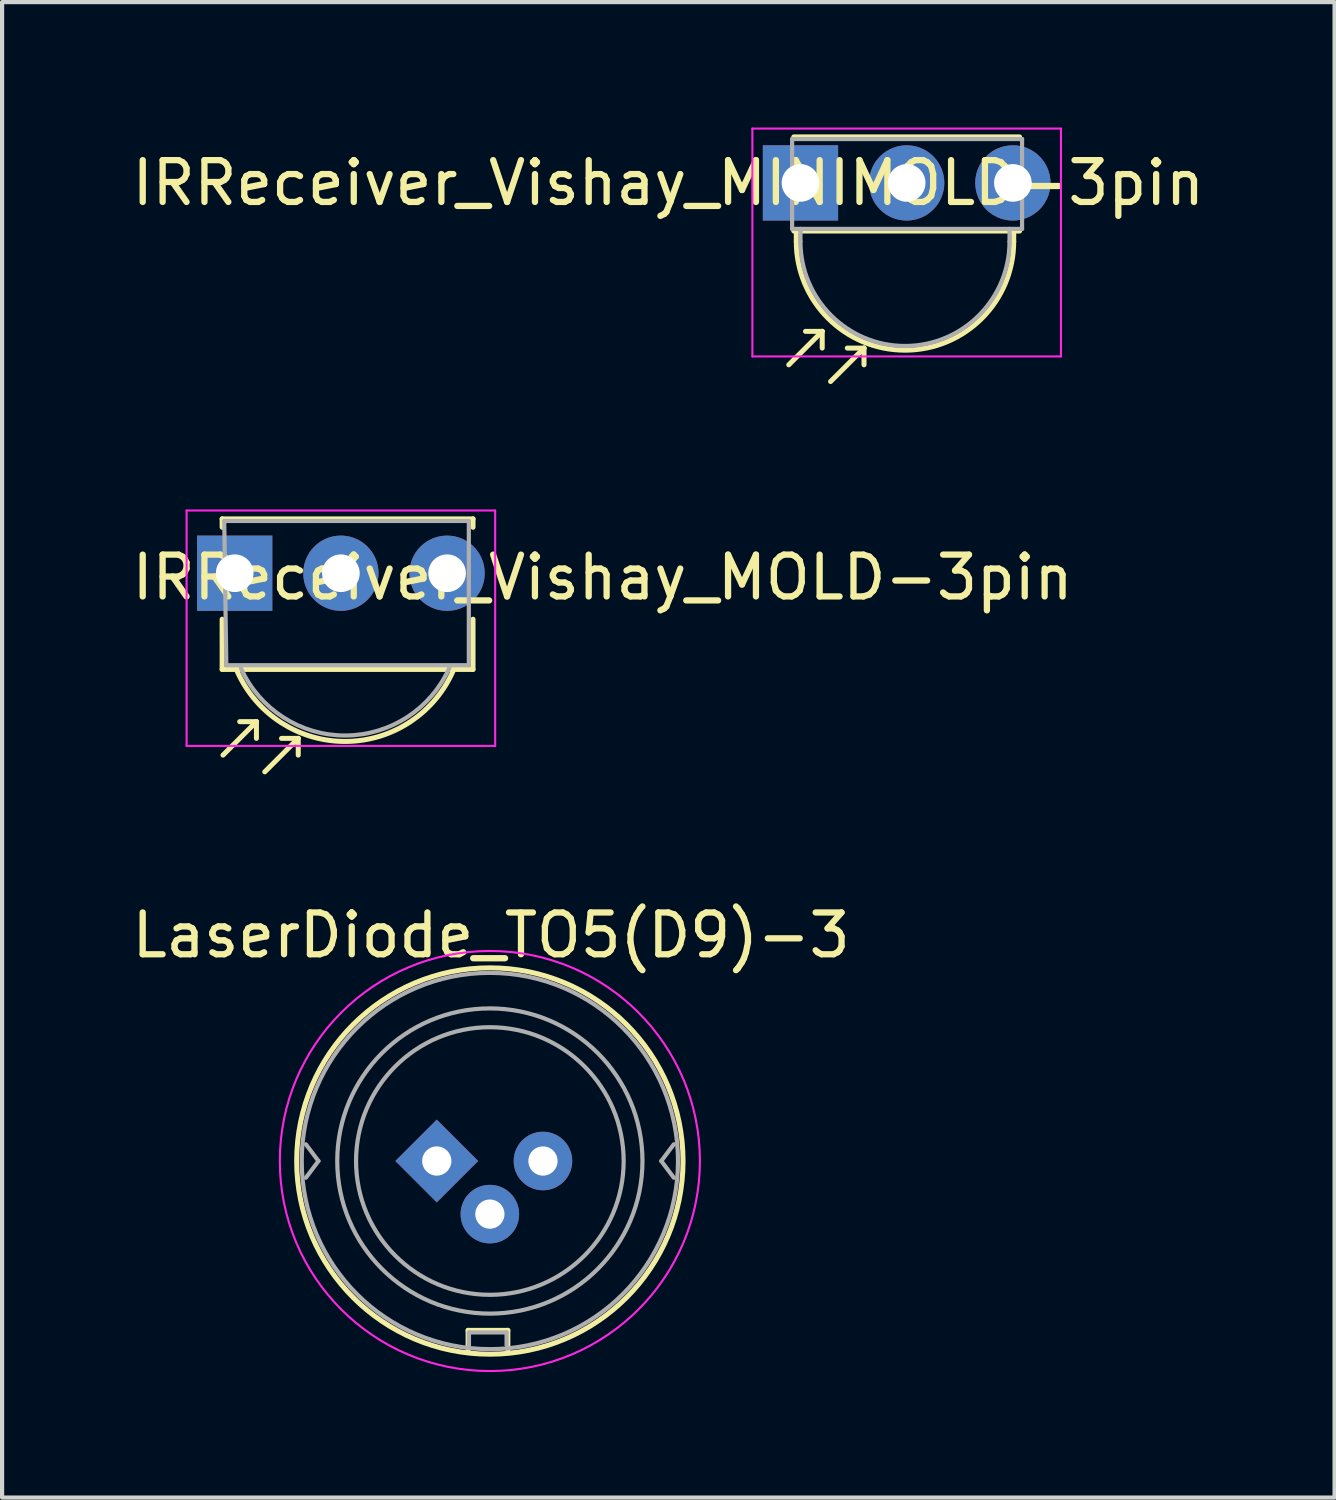
<source format=kicad_pcb>
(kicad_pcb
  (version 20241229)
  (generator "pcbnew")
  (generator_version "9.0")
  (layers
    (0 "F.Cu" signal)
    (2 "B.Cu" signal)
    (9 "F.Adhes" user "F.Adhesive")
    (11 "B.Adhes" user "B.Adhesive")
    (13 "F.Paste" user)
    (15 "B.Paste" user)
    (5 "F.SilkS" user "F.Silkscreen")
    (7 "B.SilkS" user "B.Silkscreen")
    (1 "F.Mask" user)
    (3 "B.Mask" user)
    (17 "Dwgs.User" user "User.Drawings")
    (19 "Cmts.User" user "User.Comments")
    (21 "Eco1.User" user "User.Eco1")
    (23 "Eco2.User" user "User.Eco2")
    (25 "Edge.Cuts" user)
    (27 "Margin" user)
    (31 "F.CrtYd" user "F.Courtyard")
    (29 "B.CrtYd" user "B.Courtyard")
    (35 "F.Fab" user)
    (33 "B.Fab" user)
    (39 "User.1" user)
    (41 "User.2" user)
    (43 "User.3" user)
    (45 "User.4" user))
  (footprint "IRReceiver_Vishay_MINIMOLD-3pin"
    (layer "F.Cu")
    (at 16.095 1.325)
    (property "Reference" "IRReceiver_Vishay_MINIMOLD-3pin" (at -3.16 0 180) (layer "F.SilkS") (effects (font (size 1 1) (thickness 0.15))))
    (attr through_hole)
    (fp_line (start -0.1 1.4) (end -0.1 1.2) (stroke (width 0.12) (type solid)) (layer "F.SilkS"))
    (fp_line (start 0.52 3.55) (end -0.28 4.35) (stroke (width 0.12) (type solid)) (layer "F.SilkS"))
    (fp_line (start 0.52 3.55) (end 0.12 3.55) (stroke (width 0.12) (type solid)) (layer "F.SilkS"))
    (fp_line (start 0.52 3.55) (end 0.52 3.95) (stroke (width 0.12) (type solid)) (layer "F.SilkS"))
    (fp_line (start 1.52 3.95) (end 0.72 4.75) (stroke (width 0.12) (type solid)) (layer "F.SilkS"))
    (fp_line (start 1.52 3.95) (end 1.12 3.95) (stroke (width 0.12) (type solid)) (layer "F.SilkS"))
    (fp_line (start 1.52 3.95) (end 1.52 4.35) (stroke (width 0.12) (type solid)) (layer "F.SilkS"))
    (fp_line (start 5.1 1.4) (end 5.1 1.2) (stroke (width 0.12) (type solid)) (layer "F.SilkS"))
    (fp_line (start 5.24 -1.1) (end -0.16 -1.1) (stroke (width 0.12) (type solid)) (layer "F.SilkS"))
    (fp_line (start 5.24 1.15) (end -0.16 1.15) (stroke (width 0.12) (type solid)) (layer "F.SilkS"))
    (fp_arc (start 5.1 1.4) (mid 2.5 4) (end -0.1 1.4) (stroke (width 0.12) (type solid)) (layer "F.SilkS"))
    (fp_line (start -1.15 -1.3) (end -1.15 4.15) (stroke (width 0.05) (type solid)) (layer "F.CrtYd"))
    (fp_line (start -1.15 -1.3) (end 6.23 -1.3) (stroke (width 0.05) (type solid)) (layer "F.CrtYd"))
    (fp_line (start 6.23 4.15) (end -1.15 4.15) (stroke (width 0.05) (type solid)) (layer "F.CrtYd"))
    (fp_line (start 6.23 4.15) (end 6.23 -1.3) (stroke (width 0.05) (type solid)) (layer "F.CrtYd"))
    (fp_line (start -0.2 -1.05) (end 5.25 -1.05) (stroke (width 0.1) (type solid)) (layer "F.Fab"))
    (fp_line (start -0.2 1.1) (end -0.2 -1.05) (stroke (width 0.1) (type solid)) (layer "F.Fab"))
    (fp_line (start 0 1.1) (end -0.2 1.1) (stroke (width 0.1) (type solid)) (layer "F.Fab"))
    (fp_line (start 0 1.15) (end 0 1.1) (stroke (width 0.1) (type solid)) (layer "F.Fab"))
    (fp_line (start 0 1.4) (end 0 1.15) (stroke (width 0.1) (type solid)) (layer "F.Fab"))
    (fp_line (start 5 1.1) (end 0 1.1) (stroke (width 0.1) (type solid)) (layer "F.Fab"))
    (fp_line (start 5 1.1) (end 5 1.4) (stroke (width 0.1) (type solid)) (layer "F.Fab"))
    (fp_line (start 5.25 -1.05) (end 5.3 -1.05) (stroke (width 0.1) (type solid)) (layer "F.Fab"))
    (fp_line (start 5.3 -1.05) (end 5.3 1.1) (stroke (width 0.1) (type solid)) (layer "F.Fab"))
    (fp_line (start 5.3 1.1) (end 5 1.1) (stroke (width 0.1) (type solid)) (layer "F.Fab"))
    (fp_arc (start 5 1.4) (mid 2.5 3.9) (end 0 1.4) (stroke (width 0.1) (type solid)) (layer "F.Fab"))
    (pad "1" thru_hole rect (at 0 0) (size 1.8 1.8) (drill 0.9) (layers "*.Cu" "*.Mask"))
    (pad "2" thru_hole circle (at 2.54 0) (size 1.8 1.8) (drill 0.9) (layers "*.Cu" "*.Mask"))
    (pad "3" thru_hole circle (at 5.08 0) (size 1.8 1.8) (drill 0.9) (layers "*.Cu" "*.Mask")))
  (footprint "LaserDiode_TO5(D9)-3"
    (layer "F.Cu")
    (at 7.396 24.718)
    (property "Reference" "LaserDiode_TO5(D9)-3" (at 1.3 -5.4 0) (layer "F.SilkS") (effects (font (size 1 1) (thickness 0.15))))
    (attr through_hole)
    (fp_line (start 0.75 4.05) (end 1.7 4.05) (stroke (width 0.12) (type solid)) (layer "F.SilkS"))
    (fp_line (start 0.75 4.55) (end 0.75 4.05) (stroke (width 0.12) (type solid)) (layer "F.SilkS"))
    (fp_line (start 1.7 4.05) (end 1.7 4.55) (stroke (width 0.12) (type solid)) (layer "F.SilkS"))
    (fp_circle (center 1.27 0) (end -3.35 0) (stroke (width 0.12) (type solid)) (fill no) (layer "F.SilkS"))
    (fp_circle (center 1.27 0) (end 5.4 2.86) (stroke (width 0.05) (type solid)) (fill no) (layer "F.CrtYd"))
    (fp_line (start -2.83 0) (end -3.13 -0.4) (stroke (width 0.1) (type solid)) (layer "F.Fab"))
    (fp_line (start -2.83 0) (end -3.13 0.4) (stroke (width 0.1) (type solid)) (layer "F.Fab"))
    (fp_line (start 0.77 4.1) (end 1.67 4.1) (stroke (width 0.1) (type solid)) (layer "F.Fab"))
    (fp_line (start 0.77 4.4) (end 0.77 4.1) (stroke (width 0.1) (type solid)) (layer "F.Fab"))
    (fp_line (start 1.67 4.1) (end 1.67 4.4) (stroke (width 0.1) (type solid)) (layer "F.Fab"))
    (fp_line (start 5.37 0) (end 5.67 0.4) (stroke (width 0.1) (type solid)) (layer "F.Fab"))
    (fp_line (start 5.67 -0.4) (end 5.37 0) (stroke (width 0.1) (type solid)) (layer "F.Fab"))
    (fp_circle (center 1.27 0) (end -3.23 0) (stroke (width 0.1) (type solid)) (fill no) (layer "F.Fab"))
    (fp_circle (center 1.27 0) (end 4.47 0) (stroke (width 0.1) (type solid)) (fill no) (layer "F.Fab"))
    (fp_circle (center 1.27 0) (end 4.92 0) (stroke (width 0.1) (type solid)) (fill no) (layer "F.Fab"))
    (pad "1" thru_hole rect (at 0 0 45) (size 1.4 1.4) (drill 0.7) (layers "*.Cu" "*.Mask"))
    (pad "2" thru_hole circle (at 1.27 1.27) (size 1.4 1.4) (drill 0.7) (layers "*.Cu" "*.Mask"))
    (pad "3" thru_hole circle (at 2.54 0) (size 1.4 1.4) (drill 0.7) (layers "*.Cu" "*.Mask")))
  (footprint "IRReceiver_Vishay_MOLD-3pin"
    (layer "F.Cu")
    (at 2.563 10.66)
    (property "Reference" "IRReceiver_Vishay_MOLD-3pin" (at 8.8 0.1 180) (layer "F.SilkS") (effects (font (size 1 1) (thickness 0.15))))
    (attr through_hole)
    (fp_line (start -0.3 -1.3) (end -0.3 -1.1) (stroke (width 0.12) (type solid)) (layer "F.SilkS"))
    (fp_line (start -0.3 2.3) (end -0.3 1.1) (stroke (width 0.12) (type solid)) (layer "F.SilkS"))
    (fp_line (start 0.52 3.55) (end -0.28 4.35) (stroke (width 0.12) (type solid)) (layer "F.SilkS"))
    (fp_line (start 0.52 3.55) (end 0.12 3.55) (stroke (width 0.12) (type solid)) (layer "F.SilkS"))
    (fp_line (start 0.52 3.55) (end 0.52 3.95) (stroke (width 0.12) (type solid)) (layer "F.SilkS"))
    (fp_line (start 1.52 3.95) (end 0.72 4.75) (stroke (width 0.12) (type solid)) (layer "F.SilkS"))
    (fp_line (start 1.52 3.95) (end 1.12 3.95) (stroke (width 0.12) (type solid)) (layer "F.SilkS"))
    (fp_line (start 1.52 3.95) (end 1.52 4.35) (stroke (width 0.12) (type solid)) (layer "F.SilkS"))
    (fp_line (start 5.7 -1.3) (end -0.3 -1.3) (stroke (width 0.12) (type solid)) (layer "F.SilkS"))
    (fp_line (start 5.7 -1.3) (end 5.7 -1.1) (stroke (width 0.12) (type solid)) (layer "F.SilkS"))
    (fp_line (start 5.7 2.3) (end -0.3 2.3) (stroke (width 0.12) (type solid)) (layer "F.SilkS"))
    (fp_line (start 5.7 2.3) (end 5.7 1.1) (stroke (width 0.12) (type solid)) (layer "F.SilkS"))
    (fp_arc (start 5.24 2.3) (mid 2.667981 4.02298) (end 0.062315 2.351321) (stroke (width 0.12) (type solid)) (layer "F.SilkS"))
    (fp_line (start -1.15 -1.5) (end -1.15 4.13) (stroke (width 0.05) (type solid)) (layer "F.CrtYd"))
    (fp_line (start -1.15 -1.5) (end 6.23 -1.5) (stroke (width 0.05) (type solid)) (layer "F.CrtYd"))
    (fp_line (start 6.23 4.13) (end -1.15 4.13) (stroke (width 0.05) (type solid)) (layer "F.CrtYd"))
    (fp_line (start 6.23 4.13) (end 6.23 -1.5) (stroke (width 0.05) (type solid)) (layer "F.CrtYd"))
    (fp_line (start -0.25 -1.25) (end 5.6 -1.25) (stroke (width 0.1) (type solid)) (layer "F.Fab"))
    (fp_line (start -0.2 2.2) (end -0.25 -1.25) (stroke (width 0.1) (type solid)) (layer "F.Fab"))
    (fp_line (start 5.6 -1.25) (end 5.6 2.2) (stroke (width 0.1) (type solid)) (layer "F.Fab"))
    (fp_line (start 5.6 2.2) (end -0.2 2.2) (stroke (width 0.1) (type solid)) (layer "F.Fab"))
    (fp_arc (start 5.14 2.25) (mid 2.651941 3.881274) (end 0.149714 2.271818) (stroke (width 0.1) (type solid)) (layer "F.Fab"))
    (pad "1" thru_hole rect (at 0 0) (size 1.8 1.8) (drill 0.9) (layers "*.Cu" "*.Mask"))
    (pad "2" thru_hole circle (at 2.54 0) (size 1.8 1.8) (drill 0.9) (layers "*.Cu" "*.Mask"))
    (pad "3" thru_hole circle (at 5.08 0) (size 1.8 1.8) (drill 0.9) (layers "*.Cu" "*.Mask")))
  (gr_rect
    (start -3 -3)
    (end 28.869 32.767)
    (stroke (width 0.1) (type default))
    (fill no)
    (layer "Edge.Cuts")))
</source>
